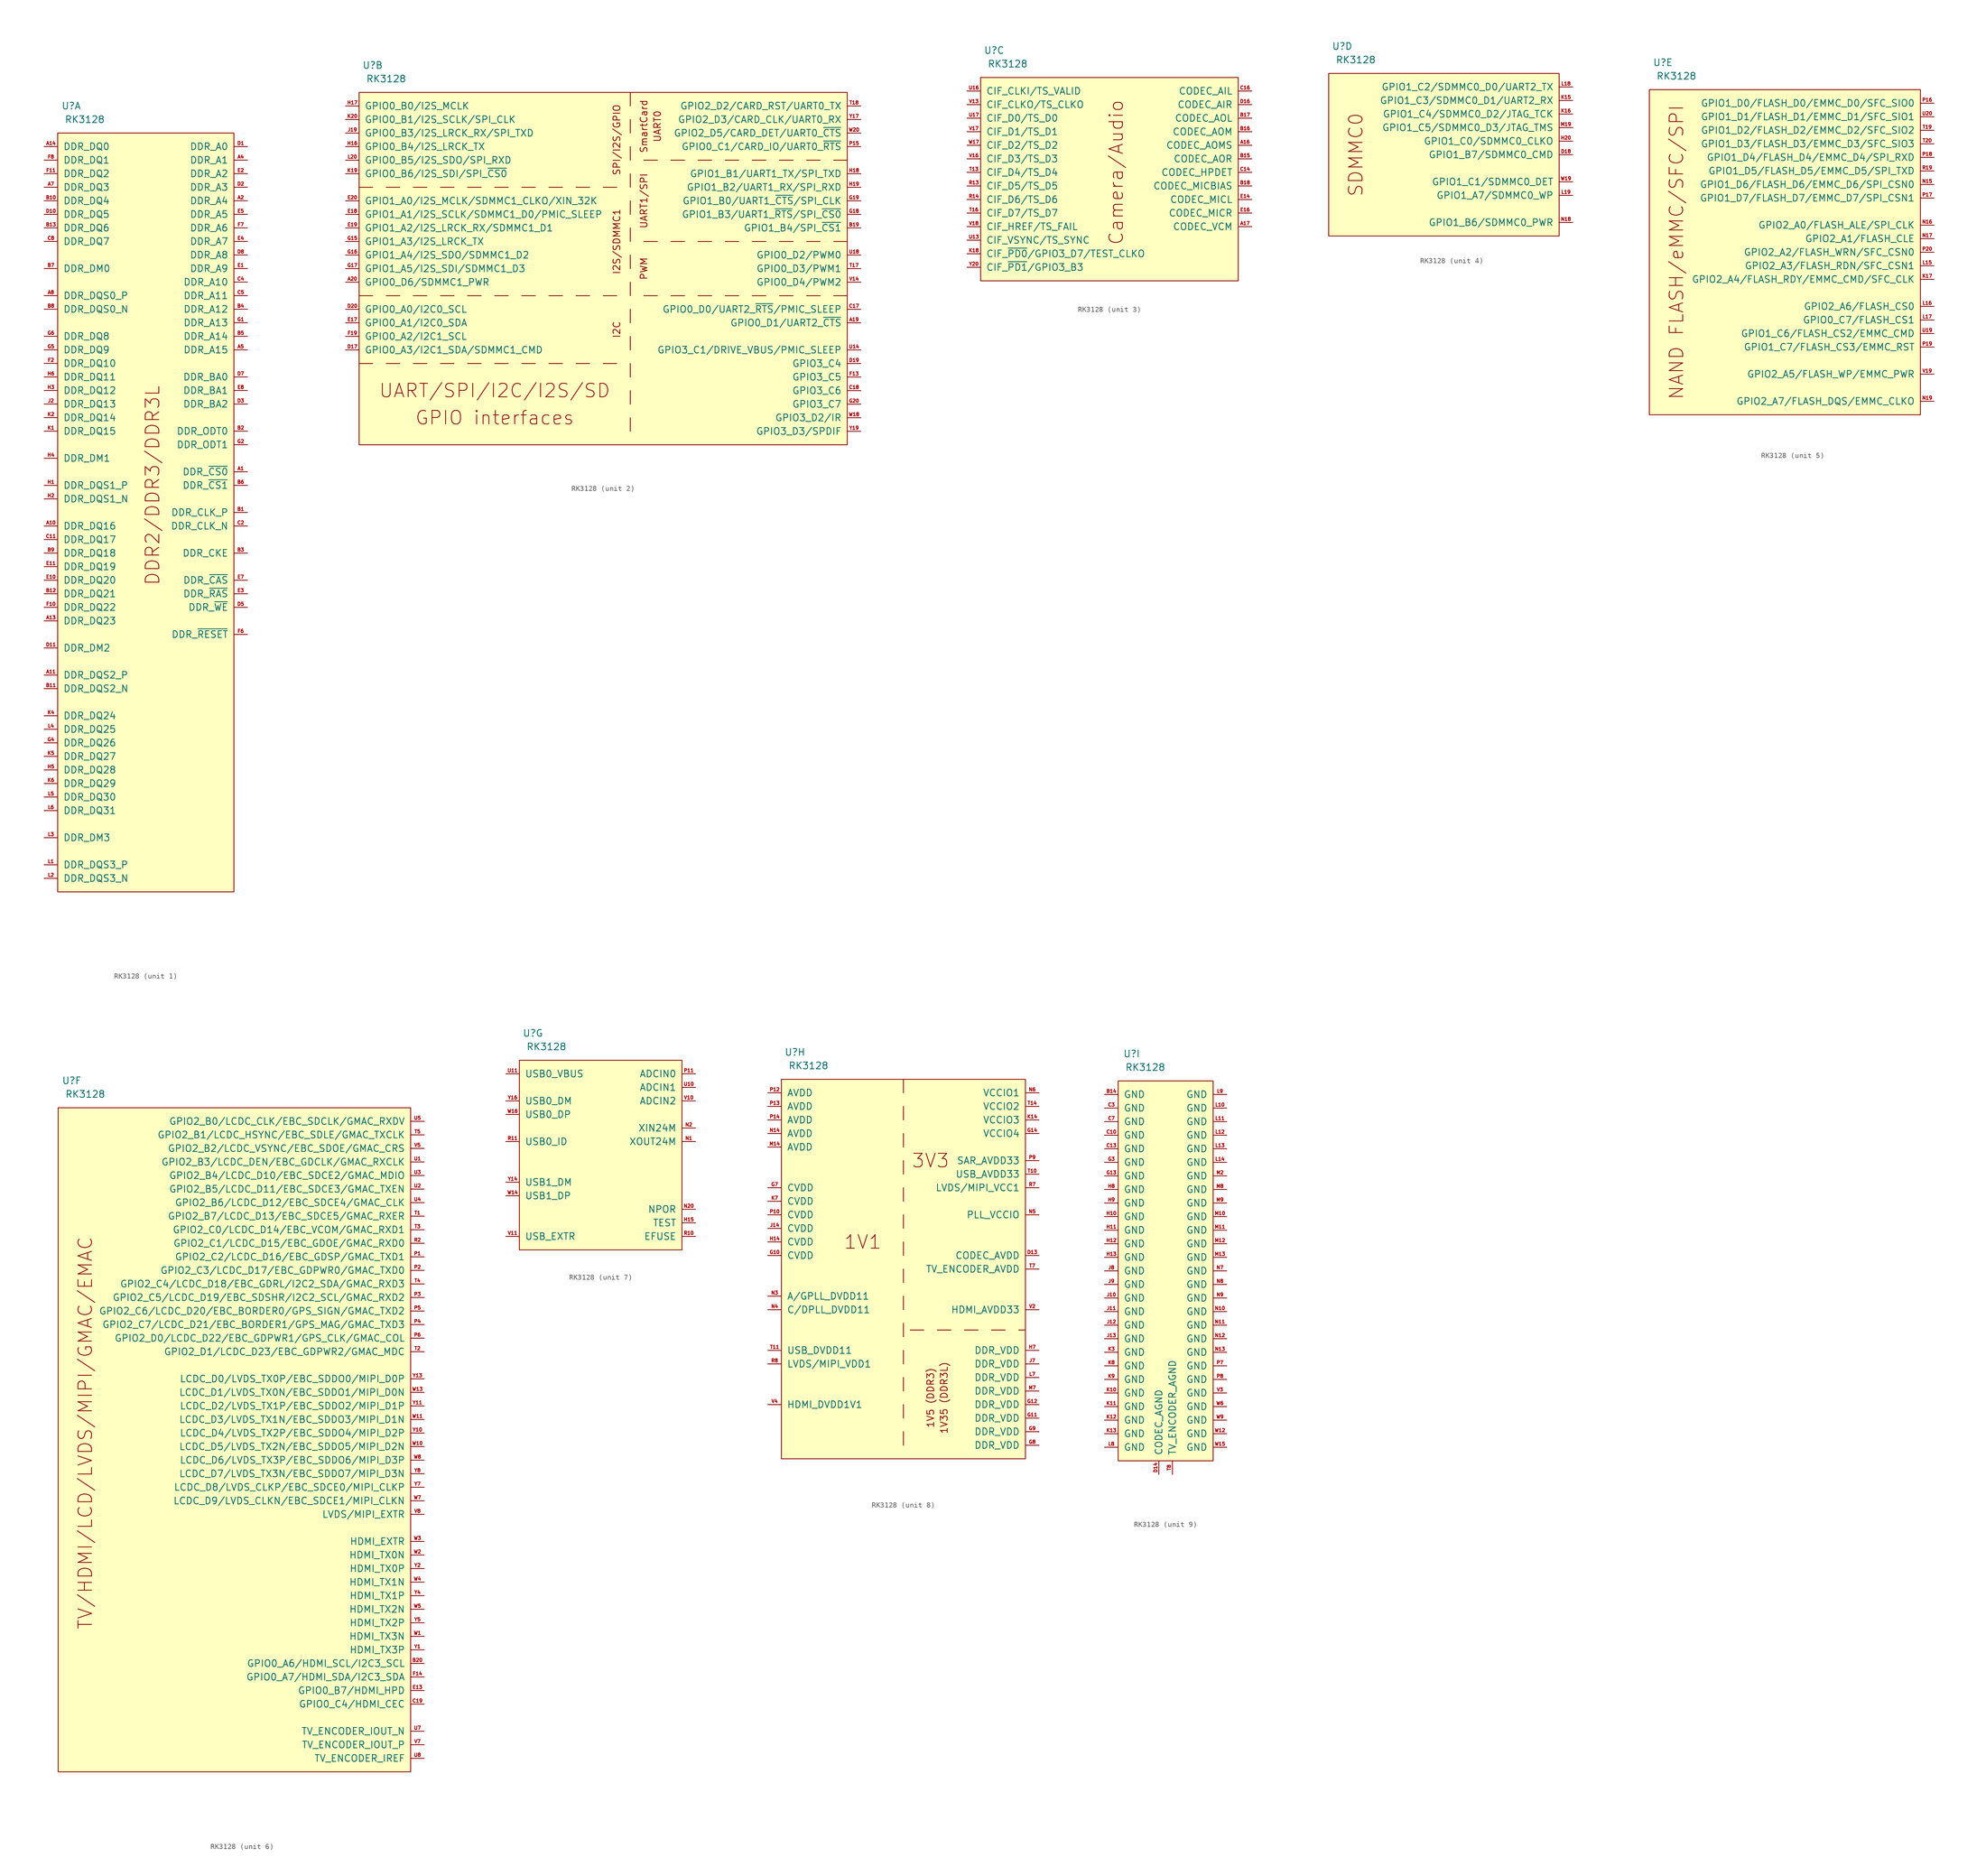
<source format=kicad_sym>
(kicad_symbol_lib
  (version 20211014)
  (generator kicad_symbol_editor)
  (symbol "RK3128"
    (pin_names
      (offset 1.016))
    (property "Reference" "U"
      (at 2.54 5.08 0)
      (effects (font (size 1.27 1.27))))
    (property "Value" "RK3128"
      (at 5.08 2.54 0)
      (effects (font (size 1.27 1.27))))
    (property "ki_locked" ""
      (at 0 0 0)
      (effects (font (size 1.27 1.27))))
    (symbol "RK3128_1_0"
      (text "DDR2/DDR3/DDR3L" (at 17.78 -66.04 900) (effects (font (size 2.54 2.54)))))
    (symbol "RK3128_1_1"
      (rectangle (start 0 0) (end 33.02 -142.24) (stroke (width 0) (type default) (color 0 0 0 0)) (fill (type background)))
      (pin output line (at 35.56 -63.5 180) (length 2.54) (name "DDR_~{CS0}" (effects (font (size 1.27 1.27)))) (number "A1" (effects (font (size 0.635 0.635)))))
      (pin bidirectional line (at -2.54 -73.66 0) (length 2.54) (name "DDR_DQ16" (effects (font (size 1.27 1.27)))) (number "A10" (effects (font (size 0.635 0.635)))))
      (pin bidirectional line (at -2.54 -101.6 0) (length 2.54) (name "DDR_DQS2_P" (effects (font (size 1.27 1.27)))) (number "A11" (effects (font (size 0.635 0.635)))))
      (pin bidirectional line (at -2.54 -91.44 0) (length 2.54) (name "DDR_DQ23" (effects (font (size 1.27 1.27)))) (number "A13" (effects (font (size 0.635 0.635)))))
      (pin bidirectional line (at -2.54 -2.54 0) (length 2.54) (name "DDR_DQ0" (effects (font (size 1.27 1.27)))) (number "A14" (effects (font (size 0.635 0.635)))))
      (pin output line (at 35.56 -12.7 180) (length 2.54) (name "DDR_A4" (effects (font (size 1.27 1.27)))) (number "A2" (effects (font (size 0.635 0.635)))))
      (pin output line (at 35.56 -5.08 180) (length 2.54) (name "DDR_A1" (effects (font (size 1.27 1.27)))) (number "A4" (effects (font (size 0.635 0.635)))))
      (pin output line (at 35.56 -40.64 180) (length 2.54) (name "DDR_A15" (effects (font (size 1.27 1.27)))) (number "A5" (effects (font (size 0.635 0.635)))))
      (pin bidirectional line (at -2.54 -10.16 0) (length 2.54) (name "DDR_DQ3" (effects (font (size 1.27 1.27)))) (number "A7" (effects (font (size 0.635 0.635)))))
      (pin bidirectional line (at -2.54 -30.48 0) (length 2.54) (name "DDR_DQS0_P" (effects (font (size 1.27 1.27)))) (number "A8" (effects (font (size 0.635 0.635)))))
      (pin output line (at 35.56 -71.12 180) (length 2.54) (name "DDR_CLK_P" (effects (font (size 1.27 1.27)))) (number "B1" (effects (font (size 0.635 0.635)))))
      (pin bidirectional line (at -2.54 -12.7 0) (length 2.54) (name "DDR_DQ4" (effects (font (size 1.27 1.27)))) (number "B10" (effects (font (size 0.635 0.635)))))
      (pin bidirectional line (at -2.54 -104.14 0) (length 2.54) (name "DDR_DQS2_N" (effects (font (size 1.27 1.27)))) (number "B11" (effects (font (size 0.635 0.635)))))
      (pin bidirectional line (at -2.54 -86.36 0) (length 2.54) (name "DDR_DQ21" (effects (font (size 1.27 1.27)))) (number "B12" (effects (font (size 0.635 0.635)))))
      (pin bidirectional line (at -2.54 -17.78 0) (length 2.54) (name "DDR_DQ6" (effects (font (size 1.27 1.27)))) (number "B13" (effects (font (size 0.635 0.635)))))
      (pin output line (at 35.56 -55.88 180) (length 2.54) (name "DDR_ODT0" (effects (font (size 1.27 1.27)))) (number "B2" (effects (font (size 0.635 0.635)))))
      (pin output line (at 35.56 -78.74 180) (length 2.54) (name "DDR_CKE" (effects (font (size 1.27 1.27)))) (number "B3" (effects (font (size 0.635 0.635)))))
      (pin output line (at 35.56 -33.02 180) (length 2.54) (name "DDR_A12" (effects (font (size 1.27 1.27)))) (number "B4" (effects (font (size 0.635 0.635)))))
      (pin output line (at 35.56 -38.1 180) (length 2.54) (name "DDR_A14" (effects (font (size 1.27 1.27)))) (number "B5" (effects (font (size 0.635 0.635)))))
      (pin output line (at 35.56 -66.04 180) (length 2.54) (name "DDR_~{CS1}" (effects (font (size 1.27 1.27)))) (number "B6" (effects (font (size 0.635 0.635)))))
      (pin output line (at -2.54 -25.4 0) (length 2.54) (name "DDR_DM0" (effects (font (size 1.27 1.27)))) (number "B7" (effects (font (size 0.635 0.635)))))
      (pin bidirectional line (at -2.54 -33.02 0) (length 2.54) (name "DDR_DQS0_N" (effects (font (size 1.27 1.27)))) (number "B8" (effects (font (size 0.635 0.635)))))
      (pin bidirectional line (at -2.54 -78.74 0) (length 2.54) (name "DDR_DQ18" (effects (font (size 1.27 1.27)))) (number "B9" (effects (font (size 0.635 0.635)))))
      (pin bidirectional line (at -2.54 -76.2 0) (length 2.54) (name "DDR_DQ17" (effects (font (size 1.27 1.27)))) (number "C11" (effects (font (size 0.635 0.635)))))
      (pin output line (at 35.56 -73.66 180) (length 2.54) (name "DDR_CLK_N" (effects (font (size 1.27 1.27)))) (number "C2" (effects (font (size 0.635 0.635)))))
      (pin output line (at 35.56 -27.94 180) (length 2.54) (name "DDR_A10" (effects (font (size 1.27 1.27)))) (number "C4" (effects (font (size 0.635 0.635)))))
      (pin output line (at 35.56 -30.48 180) (length 2.54) (name "DDR_A11" (effects (font (size 1.27 1.27)))) (number "C5" (effects (font (size 0.635 0.635)))))
      (pin bidirectional line (at -2.54 -20.32 0) (length 2.54) (name "DDR_DQ7" (effects (font (size 1.27 1.27)))) (number "C8" (effects (font (size 0.635 0.635)))))
      (pin output line (at 35.56 -2.54 180) (length 2.54) (name "DDR_A0" (effects (font (size 1.27 1.27)))) (number "D1" (effects (font (size 0.635 0.635)))))
      (pin bidirectional line (at -2.54 -15.24 0) (length 2.54) (name "DDR_DQ5" (effects (font (size 1.27 1.27)))) (number "D10" (effects (font (size 0.635 0.635)))))
      (pin output line (at -2.54 -96.52 0) (length 2.54) (name "DDR_DM2" (effects (font (size 1.27 1.27)))) (number "D11" (effects (font (size 0.635 0.635)))))
      (pin output line (at 35.56 -10.16 180) (length 2.54) (name "DDR_A3" (effects (font (size 1.27 1.27)))) (number "D2" (effects (font (size 0.635 0.635)))))
      (pin output line (at 35.56 -50.8 180) (length 2.54) (name "DDR_BA2" (effects (font (size 1.27 1.27)))) (number "D3" (effects (font (size 0.635 0.635)))))
      (pin output line (at 35.56 -88.9 180) (length 2.54) (name "DDR_~{WE}" (effects (font (size 1.27 1.27)))) (number "D5" (effects (font (size 0.635 0.635)))))
      (pin output line (at 35.56 -45.72 180) (length 2.54) (name "DDR_BA0" (effects (font (size 1.27 1.27)))) (number "D7" (effects (font (size 0.635 0.635)))))
      (pin output line (at 35.56 -22.86 180) (length 2.54) (name "DDR_A8" (effects (font (size 1.27 1.27)))) (number "D8" (effects (font (size 0.635 0.635)))))
      (pin output line (at 35.56 -25.4 180) (length 2.54) (name "DDR_A9" (effects (font (size 1.27 1.27)))) (number "E1" (effects (font (size 0.635 0.635)))))
      (pin bidirectional line (at -2.54 -83.82 0) (length 2.54) (name "DDR_DQ20" (effects (font (size 1.27 1.27)))) (number "E10" (effects (font (size 0.635 0.635)))))
      (pin bidirectional line (at -2.54 -81.28 0) (length 2.54) (name "DDR_DQ19" (effects (font (size 1.27 1.27)))) (number "E11" (effects (font (size 0.635 0.635)))))
      (pin output line (at 35.56 -7.62 180) (length 2.54) (name "DDR_A2" (effects (font (size 1.27 1.27)))) (number "E2" (effects (font (size 0.635 0.635)))))
      (pin output line (at 35.56 -86.36 180) (length 2.54) (name "DDR_~{RAS}" (effects (font (size 1.27 1.27)))) (number "E3" (effects (font (size 0.635 0.635)))))
      (pin output line (at 35.56 -20.32 180) (length 2.54) (name "DDR_A7" (effects (font (size 1.27 1.27)))) (number "E4" (effects (font (size 0.635 0.635)))))
      (pin output line (at 35.56 -15.24 180) (length 2.54) (name "DDR_A5" (effects (font (size 1.27 1.27)))) (number "E5" (effects (font (size 0.635 0.635)))))
      (pin output line (at 35.56 -83.82 180) (length 2.54) (name "DDR_~{CAS}" (effects (font (size 1.27 1.27)))) (number "E7" (effects (font (size 0.635 0.635)))))
      (pin output line (at 35.56 -48.26 180) (length 2.54) (name "DDR_BA1" (effects (font (size 1.27 1.27)))) (number "E8" (effects (font (size 0.635 0.635)))))
      (pin bidirectional line (at -2.54 -88.9 0) (length 2.54) (name "DDR_DQ22" (effects (font (size 1.27 1.27)))) (number "F10" (effects (font (size 0.635 0.635)))))
      (pin bidirectional line (at -2.54 -7.62 0) (length 2.54) (name "DDR_DQ2" (effects (font (size 1.27 1.27)))) (number "F11" (effects (font (size 0.635 0.635)))))
      (pin bidirectional line (at -2.54 -43.18 0) (length 2.54) (name "DDR_DQ10" (effects (font (size 1.27 1.27)))) (number "F2" (effects (font (size 0.635 0.635)))))
      (pin output line (at 35.56 -93.98 180) (length 2.54) (name "DDR_~{RESET}" (effects (font (size 1.27 1.27)))) (number "F6" (effects (font (size 0.635 0.635)))))
      (pin output line (at 35.56 -17.78 180) (length 2.54) (name "DDR_A6" (effects (font (size 1.27 1.27)))) (number "F7" (effects (font (size 0.635 0.635)))))
      (pin bidirectional line (at -2.54 -5.08 0) (length 2.54) (name "DDR_DQ1" (effects (font (size 1.27 1.27)))) (number "F8" (effects (font (size 0.635 0.635)))))
      (pin output line (at 35.56 -35.56 180) (length 2.54) (name "DDR_A13" (effects (font (size 1.27 1.27)))) (number "G1" (effects (font (size 0.635 0.635)))))
      (pin output line (at 35.56 -58.42 180) (length 2.54) (name "DDR_ODT1" (effects (font (size 1.27 1.27)))) (number "G2" (effects (font (size 0.635 0.635)))))
      (pin bidirectional line (at -2.54 -114.3 0) (length 2.54) (name "DDR_DQ26" (effects (font (size 1.27 1.27)))) (number "G4" (effects (font (size 0.635 0.635)))))
      (pin bidirectional line (at -2.54 -40.64 0) (length 2.54) (name "DDR_DQ9" (effects (font (size 1.27 1.27)))) (number "G5" (effects (font (size 0.635 0.635)))))
      (pin bidirectional line (at -2.54 -38.1 0) (length 2.54) (name "DDR_DQ8" (effects (font (size 1.27 1.27)))) (number "G6" (effects (font (size 0.635 0.635)))))
      (pin bidirectional line (at -2.54 -66.04 0) (length 2.54) (name "DDR_DQS1_P" (effects (font (size 1.27 1.27)))) (number "H1" (effects (font (size 0.635 0.635)))))
      (pin bidirectional line (at -2.54 -68.58 0) (length 2.54) (name "DDR_DQS1_N" (effects (font (size 1.27 1.27)))) (number "H2" (effects (font (size 0.635 0.635)))))
      (pin bidirectional line (at -2.54 -48.26 0) (length 2.54) (name "DDR_DQ12" (effects (font (size 1.27 1.27)))) (number "H3" (effects (font (size 0.635 0.635)))))
      (pin output line (at -2.54 -60.96 0) (length 2.54) (name "DDR_DM1" (effects (font (size 1.27 1.27)))) (number "H4" (effects (font (size 0.635 0.635)))))
      (pin bidirectional line (at -2.54 -119.38 0) (length 2.54) (name "DDR_DQ28" (effects (font (size 1.27 1.27)))) (number "H5" (effects (font (size 0.635 0.635)))))
      (pin bidirectional line (at -2.54 -45.72 0) (length 2.54) (name "DDR_DQ11" (effects (font (size 1.27 1.27)))) (number "H6" (effects (font (size 0.635 0.635)))))
      (pin bidirectional line (at -2.54 -50.8 0) (length 2.54) (name "DDR_DQ13" (effects (font (size 1.27 1.27)))) (number "J2" (effects (font (size 0.635 0.635)))))
      (pin bidirectional line (at -2.54 -55.88 0) (length 2.54) (name "DDR_DQ15" (effects (font (size 1.27 1.27)))) (number "K1" (effects (font (size 0.635 0.635)))))
      (pin bidirectional line (at -2.54 -53.34 0) (length 2.54) (name "DDR_DQ14" (effects (font (size 1.27 1.27)))) (number "K2" (effects (font (size 0.635 0.635)))))
      (pin bidirectional line (at -2.54 -109.22 0) (length 2.54) (name "DDR_DQ24" (effects (font (size 1.27 1.27)))) (number "K4" (effects (font (size 0.635 0.635)))))
      (pin bidirectional line (at -2.54 -116.84 0) (length 2.54) (name "DDR_DQ27" (effects (font (size 1.27 1.27)))) (number "K5" (effects (font (size 0.635 0.635)))))
      (pin bidirectional line (at -2.54 -121.92 0) (length 2.54) (name "DDR_DQ29" (effects (font (size 1.27 1.27)))) (number "K6" (effects (font (size 0.635 0.635)))))
      (pin bidirectional line (at -2.54 -137.16 0) (length 2.54) (name "DDR_DQS3_P" (effects (font (size 1.27 1.27)))) (number "L1" (effects (font (size 0.635 0.635)))))
      (pin bidirectional line (at -2.54 -139.7 0) (length 2.54) (name "DDR_DQS3_N" (effects (font (size 1.27 1.27)))) (number "L2" (effects (font (size 0.635 0.635)))))
      (pin output line (at -2.54 -132.08 0) (length 2.54) (name "DDR_DM3" (effects (font (size 1.27 1.27)))) (number "L3" (effects (font (size 0.635 0.635)))))
      (pin bidirectional line (at -2.54 -111.76 0) (length 2.54) (name "DDR_DQ25" (effects (font (size 1.27 1.27)))) (number "L4" (effects (font (size 0.635 0.635)))))
      (pin bidirectional line (at -2.54 -124.46 0) (length 2.54) (name "DDR_DQ30" (effects (font (size 1.27 1.27)))) (number "L5" (effects (font (size 0.635 0.635)))))
      (pin bidirectional line (at -2.54 -127 0) (length 2.54) (name "DDR_DQ31" (effects (font (size 1.27 1.27)))) (number "L6" (effects (font (size 0.635 0.635))))))
    (symbol "RK3128_2_0"
      (polyline (pts (xy 0 -50.8) (xy 2.54 -50.8)) (stroke (width 0) (type default) (color 0 0 0 0)) (fill (type none)))
      (polyline (pts (xy 0 -38.1) (xy 2.54 -38.1)) (stroke (width 0) (type default) (color 0 0 0 0)) (fill (type none)))
      (polyline (pts (xy 0 -17.78) (xy 2.54 -17.78)) (stroke (width 0) (type default) (color 0 0 0 0)) (fill (type none)))
      (polyline (pts (xy 5.08 -50.8) (xy 7.62 -50.8)) (stroke (width 0) (type default) (color 0 0 0 0)) (fill (type none)))
      (polyline (pts (xy 5.08 -38.1) (xy 7.62 -38.1)) (stroke (width 0) (type default) (color 0 0 0 0)) (fill (type none)))
      (polyline (pts (xy 5.08 -17.78) (xy 7.62 -17.78)) (stroke (width 0) (type default) (color 0 0 0 0)) (fill (type none)))
      (polyline (pts (xy 10.16 -50.8) (xy 12.7 -50.8)) (stroke (width 0) (type default) (color 0 0 0 0)) (fill (type none)))
      (polyline (pts (xy 10.16 -38.1) (xy 12.7 -38.1)) (stroke (width 0) (type default) (color 0 0 0 0)) (fill (type none)))
      (polyline (pts (xy 10.16 -17.78) (xy 12.7 -17.78)) (stroke (width 0) (type default) (color 0 0 0 0)) (fill (type none)))
      (polyline (pts (xy 15.24 -50.8) (xy 17.78 -50.8)) (stroke (width 0) (type default) (color 0 0 0 0)) (fill (type none)))
      (polyline (pts (xy 15.24 -38.1) (xy 17.78 -38.1)) (stroke (width 0) (type default) (color 0 0 0 0)) (fill (type none)))
      (polyline (pts (xy 15.24 -17.78) (xy 17.78 -17.78)) (stroke (width 0) (type default) (color 0 0 0 0)) (fill (type none)))
      (polyline (pts (xy 20.32 -50.8) (xy 22.86 -50.8)) (stroke (width 0) (type default) (color 0 0 0 0)) (fill (type none)))
      (polyline (pts (xy 20.32 -38.1) (xy 22.86 -38.1)) (stroke (width 0) (type default) (color 0 0 0 0)) (fill (type none)))
      (polyline (pts (xy 20.32 -17.78) (xy 22.86 -17.78)) (stroke (width 0) (type default) (color 0 0 0 0)) (fill (type none)))
      (polyline (pts (xy 25.4 -50.8) (xy 27.94 -50.8)) (stroke (width 0) (type default) (color 0 0 0 0)) (fill (type none)))
      (polyline (pts (xy 25.4 -38.1) (xy 27.94 -38.1)) (stroke (width 0) (type default) (color 0 0 0 0)) (fill (type none)))
      (polyline (pts (xy 25.4 -17.78) (xy 27.94 -17.78)) (stroke (width 0) (type default) (color 0 0 0 0)) (fill (type none)))
      (polyline (pts (xy 30.48 -50.8) (xy 33.02 -50.8)) (stroke (width 0) (type default) (color 0 0 0 0)) (fill (type none)))
      (polyline (pts (xy 30.48 -38.1) (xy 33.02 -38.1)) (stroke (width 0) (type default) (color 0 0 0 0)) (fill (type none)))
      (polyline (pts (xy 30.48 -17.78) (xy 33.02 -17.78)) (stroke (width 0) (type default) (color 0 0 0 0)) (fill (type none)))
      (polyline (pts (xy 35.56 -50.8) (xy 38.1 -50.8)) (stroke (width 0) (type default) (color 0 0 0 0)) (fill (type none)))
      (polyline (pts (xy 35.56 -38.1) (xy 38.1 -38.1)) (stroke (width 0) (type default) (color 0 0 0 0)) (fill (type none)))
      (polyline (pts (xy 35.56 -17.78) (xy 38.1 -17.78)) (stroke (width 0) (type default) (color 0 0 0 0)) (fill (type none)))
      (polyline (pts (xy 40.64 -50.8) (xy 43.18 -50.8)) (stroke (width 0) (type default) (color 0 0 0 0)) (fill (type none)))
      (polyline (pts (xy 40.64 -38.1) (xy 43.18 -38.1)) (stroke (width 0) (type default) (color 0 0 0 0)) (fill (type none)))
      (polyline (pts (xy 40.64 -17.78) (xy 43.18 -17.78)) (stroke (width 0) (type default) (color 0 0 0 0)) (fill (type none)))
      (polyline (pts (xy 45.72 -50.8) (xy 48.26 -50.8)) (stroke (width 0) (type default) (color 0 0 0 0)) (fill (type none)))
      (polyline (pts (xy 45.72 -38.1) (xy 48.26 -38.1)) (stroke (width 0) (type default) (color 0 0 0 0)) (fill (type none)))
      (polyline (pts (xy 45.72 -17.78) (xy 48.26 -17.78)) (stroke (width 0) (type default) (color 0 0 0 0)) (fill (type none)))
      (polyline (pts (xy 50.8 -60.96) (xy 50.8 -63.5)) (stroke (width 0) (type default) (color 0 0 0 0)) (fill (type none)))
      (polyline (pts (xy 50.8 -55.88) (xy 50.8 -58.42)) (stroke (width 0) (type default) (color 0 0 0 0)) (fill (type none)))
      (polyline (pts (xy 50.8 -50.8) (xy 50.8 -53.34)) (stroke (width 0) (type default) (color 0 0 0 0)) (fill (type none)))
      (polyline (pts (xy 50.8 -45.72) (xy 50.8 -48.26)) (stroke (width 0) (type default) (color 0 0 0 0)) (fill (type none)))
      (polyline (pts (xy 50.8 -40.64) (xy 50.8 -43.18)) (stroke (width 0) (type default) (color 0 0 0 0)) (fill (type none)))
      (polyline (pts (xy 50.8 -35.56) (xy 50.8 -38.1)) (stroke (width 0) (type default) (color 0 0 0 0)) (fill (type none)))
      (polyline (pts (xy 50.8 -30.48) (xy 50.8 -33.02)) (stroke (width 0) (type default) (color 0 0 0 0)) (fill (type none)))
      (polyline (pts (xy 50.8 -25.4) (xy 50.8 -27.94)) (stroke (width 0) (type default) (color 0 0 0 0)) (fill (type none)))
      (polyline (pts (xy 50.8 -20.32) (xy 50.8 -22.86)) (stroke (width 0) (type default) (color 0 0 0 0)) (fill (type none)))
      (polyline (pts (xy 50.8 -15.24) (xy 50.8 -17.78)) (stroke (width 0) (type default) (color 0 0 0 0)) (fill (type none)))
      (polyline (pts (xy 50.8 -10.16) (xy 50.8 -12.7)) (stroke (width 0) (type default) (color 0 0 0 0)) (fill (type none)))
      (polyline (pts (xy 50.8 -5.08) (xy 50.8 -7.62)) (stroke (width 0) (type default) (color 0 0 0 0)) (fill (type none)))
      (polyline (pts (xy 50.8 -2.54) (xy 50.8 0)) (stroke (width 0) (type default) (color 0 0 0 0)) (fill (type none)))
      (polyline (pts (xy 53.34 -12.7) (xy 55.88 -12.7)) (stroke (width 0) (type default) (color 0 0 0 0)) (fill (type none)))
      (polyline (pts (xy 55.88 -38.1) (xy 53.34 -38.1)) (stroke (width 0) (type default) (color 0 0 0 0)) (fill (type none)))
      (polyline (pts (xy 55.88 -27.94) (xy 53.34 -27.94)) (stroke (width 0) (type default) (color 0 0 0 0)) (fill (type none)))
      (polyline (pts (xy 58.42 -12.7) (xy 60.96 -12.7)) (stroke (width 0) (type default) (color 0 0 0 0)) (fill (type none)))
      (polyline (pts (xy 60.96 -38.1) (xy 58.42 -38.1)) (stroke (width 0) (type default) (color 0 0 0 0)) (fill (type none)))
      (polyline (pts (xy 60.96 -27.94) (xy 58.42 -27.94)) (stroke (width 0) (type default) (color 0 0 0 0)) (fill (type none)))
      (polyline (pts (xy 63.5 -12.7) (xy 66.04 -12.7)) (stroke (width 0) (type default) (color 0 0 0 0)) (fill (type none)))
      (polyline (pts (xy 66.04 -38.1) (xy 63.5 -38.1)) (stroke (width 0) (type default) (color 0 0 0 0)) (fill (type none)))
      (polyline (pts (xy 66.04 -27.94) (xy 63.5 -27.94)) (stroke (width 0) (type default) (color 0 0 0 0)) (fill (type none)))
      (polyline (pts (xy 68.58 -12.7) (xy 71.12 -12.7)) (stroke (width 0) (type default) (color 0 0 0 0)) (fill (type none)))
      (polyline (pts (xy 71.12 -38.1) (xy 68.58 -38.1)) (stroke (width 0) (type default) (color 0 0 0 0)) (fill (type none)))
      (polyline (pts (xy 71.12 -27.94) (xy 68.58 -27.94)) (stroke (width 0) (type default) (color 0 0 0 0)) (fill (type none)))
      (polyline (pts (xy 73.66 -12.7) (xy 76.2 -12.7)) (stroke (width 0) (type default) (color 0 0 0 0)) (fill (type none)))
      (polyline (pts (xy 76.2 -38.1) (xy 73.66 -38.1)) (stroke (width 0) (type default) (color 0 0 0 0)) (fill (type none)))
      (polyline (pts (xy 76.2 -27.94) (xy 73.66 -27.94)) (stroke (width 0) (type default) (color 0 0 0 0)) (fill (type none)))
      (polyline (pts (xy 78.74 -12.7) (xy 81.28 -12.7)) (stroke (width 0) (type default) (color 0 0 0 0)) (fill (type none)))
      (polyline (pts (xy 81.28 -38.1) (xy 78.74 -38.1)) (stroke (width 0) (type default) (color 0 0 0 0)) (fill (type none)))
      (polyline (pts (xy 81.28 -27.94) (xy 78.74 -27.94)) (stroke (width 0) (type default) (color 0 0 0 0)) (fill (type none)))
      (polyline (pts (xy 83.82 -12.7) (xy 86.36 -12.7)) (stroke (width 0) (type default) (color 0 0 0 0)) (fill (type none)))
      (polyline (pts (xy 86.36 -38.1) (xy 83.82 -38.1)) (stroke (width 0) (type default) (color 0 0 0 0)) (fill (type none)))
      (polyline (pts (xy 86.36 -27.94) (xy 83.82 -27.94)) (stroke (width 0) (type default) (color 0 0 0 0)) (fill (type none)))
      (polyline (pts (xy 88.9 -12.7) (xy 91.44 -12.7)) (stroke (width 0) (type default) (color 0 0 0 0)) (fill (type none)))
      (polyline (pts (xy 91.44 -38.1) (xy 88.9 -38.1)) (stroke (width 0) (type default) (color 0 0 0 0)) (fill (type none)))
      (polyline (pts (xy 91.44 -27.94) (xy 88.9 -27.94)) (stroke (width 0) (type default) (color 0 0 0 0)) (fill (type none)))
      (text "GPIO interfaces" (at 25.4 -60.96 0) (effects (font (size 2.54 2.54))))
      (text "I2C" (at 48.26 -44.45 900) (effects (font (size 1.27 1.27))))
      (text "I2S/SDMMC1" (at 48.26 -27.94 900) (effects (font (size 1.27 1.27))))
      (text "PWM" (at 53.34 -33.02 900) (effects (font (size 1.27 1.27))))
      (text "SmartCard" (at 53.34 -6.35 900) (effects (font (size 1.27 1.27))))
      (text "SPI/I2S/GPIO" (at 48.26 -8.89 900) (effects (font (size 1.27 1.27))))
      (text "UART/SPI/I2C/I2S/SD" (at 25.4 -55.88 0) (effects (font (size 2.54 2.54))))
      (text "UART0" (at 55.88 -6.35 900) (effects (font (size 1.27 1.27))))
      (text "UART1/SPI" (at 53.34 -20.32 900) (effects (font (size 1.27 1.27)))))
    (symbol "RK3128_2_1"
      (rectangle (start 0 0) (end 91.44 -66.04) (stroke (width 0) (type default) (color 0 0 0 0)) (fill (type background)))
      (pin bidirectional line (at 93.98 -43.18 180) (length 2.54) (name "GPIO0_D1/UART2_~{CTS}" (effects (font (size 1.27 1.27)))) (number "A19" (effects (font (size 0.635 0.635)))))
      (pin bidirectional line (at -2.54 -35.56 0) (length 2.54) (name "GPIO0_D6/SDMMC1_PWR" (effects (font (size 1.27 1.27)))) (number "A20" (effects (font (size 0.635 0.635)))))
      (pin bidirectional line (at 93.98 -25.4 180) (length 2.54) (name "GPIO1_B4/SPI_~{CS1}" (effects (font (size 1.27 1.27)))) (number "B19" (effects (font (size 0.635 0.635)))))
      (pin bidirectional line (at 93.98 -40.64 180) (length 2.54) (name "GPIO0_D0/UART2_~{RTS}/PMIC_SLEEP" (effects (font (size 1.27 1.27)))) (number "C17" (effects (font (size 0.635 0.635)))))
      (pin bidirectional line (at 93.98 -55.88 180) (length 2.54) (name "GPIO3_C6" (effects (font (size 1.27 1.27)))) (number "C18" (effects (font (size 0.635 0.635)))))
      (pin bidirectional line (at -2.54 -48.26 0) (length 2.54) (name "GPIO0_A3/I2C1_SDA/SDMMC1_CMD" (effects (font (size 1.27 1.27)))) (number "D17" (effects (font (size 0.635 0.635)))))
      (pin bidirectional line (at 93.98 -50.8 180) (length 2.54) (name "GPIO3_C4" (effects (font (size 1.27 1.27)))) (number "D19" (effects (font (size 0.635 0.635)))))
      (pin bidirectional line (at -2.54 -40.64 0) (length 2.54) (name "GPIO0_A0/I2C0_SCL" (effects (font (size 1.27 1.27)))) (number "D20" (effects (font (size 0.635 0.635)))))
      (pin bidirectional line (at -2.54 -43.18 0) (length 2.54) (name "GPIO0_A1/I2C0_SDA" (effects (font (size 1.27 1.27)))) (number "E17" (effects (font (size 0.635 0.635)))))
      (pin bidirectional line (at -2.54 -22.86 0) (length 2.54) (name "GPIO1_A1/I2S_SCLK/SDMMC1_D0/PMIC_SLEEP" (effects (font (size 1.27 1.27)))) (number "E18" (effects (font (size 0.635 0.635)))))
      (pin bidirectional line (at -2.54 -25.4 0) (length 2.54) (name "GPIO1_A2/I2S_LRCK_RX/SDMMC1_D1" (effects (font (size 1.27 1.27)))) (number "E19" (effects (font (size 0.635 0.635)))))
      (pin bidirectional line (at -2.54 -20.32 0) (length 2.54) (name "GPIO1_A0/I2S_MCLK/SDMMC1_CLKO/XIN_32K" (effects (font (size 1.27 1.27)))) (number "E20" (effects (font (size 0.635 0.635)))))
      (pin bidirectional line (at 93.98 -53.34 180) (length 2.54) (name "GPIO3_C5" (effects (font (size 1.27 1.27)))) (number "F13" (effects (font (size 0.635 0.635)))))
      (pin bidirectional line (at -2.54 -45.72 0) (length 2.54) (name "GPIO0_A2/I2C1_SCL" (effects (font (size 1.27 1.27)))) (number "F19" (effects (font (size 0.635 0.635)))))
      (pin bidirectional line (at -2.54 -27.94 0) (length 2.54) (name "GPIO1_A3/I2S_LRCK_TX" (effects (font (size 1.27 1.27)))) (number "G15" (effects (font (size 0.635 0.635)))))
      (pin bidirectional line (at -2.54 -30.48 0) (length 2.54) (name "GPIO1_A4/I2S_SDO/SDMMC1_D2" (effects (font (size 1.27 1.27)))) (number "G16" (effects (font (size 0.635 0.635)))))
      (pin bidirectional line (at -2.54 -33.02 0) (length 2.54) (name "GPIO1_A5/I2S_SDI/SDMMC1_D3" (effects (font (size 1.27 1.27)))) (number "G17" (effects (font (size 0.635 0.635)))))
      (pin bidirectional line (at 93.98 -22.86 180) (length 2.54) (name "GPIO1_B3/UART1_~{RTS}/SPI_~{CS0}" (effects (font (size 1.27 1.27)))) (number "G18" (effects (font (size 0.635 0.635)))))
      (pin bidirectional line (at 93.98 -20.32 180) (length 2.54) (name "GPIO1_B0/UART1_~{CTS}/SPI_CLK" (effects (font (size 1.27 1.27)))) (number "G19" (effects (font (size 0.635 0.635)))))
      (pin bidirectional line (at 93.98 -58.42 180) (length 2.54) (name "GPIO3_C7" (effects (font (size 1.27 1.27)))) (number "G20" (effects (font (size 0.635 0.635)))))
      (pin bidirectional line (at -2.54 -10.16 0) (length 2.54) (name "GPIO0_B4/I2S_LRCK_TX" (effects (font (size 1.27 1.27)))) (number "H16" (effects (font (size 0.635 0.635)))))
      (pin bidirectional line (at -2.54 -2.54 0) (length 2.54) (name "GPIO0_B0/I2S_MCLK" (effects (font (size 1.27 1.27)))) (number "H17" (effects (font (size 0.635 0.635)))))
      (pin bidirectional line (at 93.98 -15.24 180) (length 2.54) (name "GPIO1_B1/UART1_TX/SPI_TXD" (effects (font (size 1.27 1.27)))) (number "H18" (effects (font (size 0.635 0.635)))))
      (pin bidirectional line (at 93.98 -17.78 180) (length 2.54) (name "GPIO1_B2/UART1_RX/SPI_RXD" (effects (font (size 1.27 1.27)))) (number "H19" (effects (font (size 0.635 0.635)))))
      (pin bidirectional line (at -2.54 -7.62 0) (length 2.54) (name "GPIO0_B3/I2S_LRCK_RX/SPI_TXD" (effects (font (size 1.27 1.27)))) (number "J19" (effects (font (size 0.635 0.635)))))
      (pin bidirectional line (at -2.54 -15.24 0) (length 2.54) (name "GPIO0_B6/I2S_SDI/SPI_~{CS0}" (effects (font (size 1.27 1.27)))) (number "K19" (effects (font (size 0.635 0.635)))))
      (pin bidirectional line (at -2.54 -5.08 0) (length 2.54) (name "GPIO0_B1/I2S_SCLK/SPI_CLK" (effects (font (size 1.27 1.27)))) (number "K20" (effects (font (size 0.635 0.635)))))
      (pin bidirectional line (at -2.54 -12.7 0) (length 2.54) (name "GPIO0_B5/I2S_SDO/SPI_RXD" (effects (font (size 1.27 1.27)))) (number "L20" (effects (font (size 0.635 0.635)))))
      (pin bidirectional line (at 93.98 -10.16 180) (length 2.54) (name "GPIO0_C1/CARD_IO/UART0_~{RTS}" (effects (font (size 1.27 1.27)))) (number "P15" (effects (font (size 0.635 0.635)))))
      (pin bidirectional line (at 93.98 -33.02 180) (length 2.54) (name "GPIO0_D3/PWM1" (effects (font (size 1.27 1.27)))) (number "T17" (effects (font (size 0.635 0.635)))))
      (pin bidirectional line (at 93.98 -2.54 180) (length 2.54) (name "GPIO2_D2/CARD_RST/UART0_TX" (effects (font (size 1.27 1.27)))) (number "T18" (effects (font (size 0.635 0.635)))))
      (pin bidirectional line (at 93.98 -48.26 180) (length 2.54) (name "GPIO3_C1/DRIVE_VBUS/PMIC_SLEEP" (effects (font (size 1.27 1.27)))) (number "U14" (effects (font (size 0.635 0.635)))))
      (pin bidirectional line (at 93.98 -30.48 180) (length 2.54) (name "GPIO0_D2/PWM0" (effects (font (size 1.27 1.27)))) (number "U18" (effects (font (size 0.635 0.635)))))
      (pin bidirectional line (at 93.98 -35.56 180) (length 2.54) (name "GPIO0_D4/PWM2" (effects (font (size 1.27 1.27)))) (number "V14" (effects (font (size 0.635 0.635)))))
      (pin bidirectional line (at 93.98 -60.96 180) (length 2.54) (name "GPIO3_D2/IR" (effects (font (size 1.27 1.27)))) (number "W18" (effects (font (size 0.635 0.635)))))
      (pin bidirectional line (at 93.98 -7.62 180) (length 2.54) (name "GPIO2_D5/CARD_DET/UART0_~{CTS}" (effects (font (size 1.27 1.27)))) (number "W20" (effects (font (size 0.635 0.635)))))
      (pin bidirectional line (at 93.98 -5.08 180) (length 2.54) (name "GPIO2_D3/CARD_CLK/UART0_RX" (effects (font (size 1.27 1.27)))) (number "Y17" (effects (font (size 0.635 0.635)))))
      (pin bidirectional line (at 93.98 -63.5 180) (length 2.54) (name "GPIO3_D3/SPDIF" (effects (font (size 1.27 1.27)))) (number "Y19" (effects (font (size 0.635 0.635))))))
    (symbol "RK3128_3_0"
      (text "Camera/Audio" (at 25.4 -17.78 900) (effects (font (size 2.54 2.54)))))
    (symbol "RK3128_3_1"
      (rectangle (start 0 0) (end 48.26 -38.1) (stroke (width 0) (type default) (color 0 0 0 0)) (fill (type background)))
      (pin input line (at 50.8 -12.7 180) (length 2.54) (name "CODEC_AOMS" (effects (font (size 1.27 1.27)))) (number "A16" (effects (font (size 0.635 0.635)))))
      (pin input line (at 50.8 -27.94 180) (length 2.54) (name "CODEC_VCM" (effects (font (size 1.27 1.27)))) (number "A17" (effects (font (size 0.635 0.635)))))
      (pin output line (at 50.8 -15.24 180) (length 2.54) (name "CODEC_AOR" (effects (font (size 1.27 1.27)))) (number "B15" (effects (font (size 0.635 0.635)))))
      (pin output line (at 50.8 -10.16 180) (length 2.54) (name "CODEC_AOM" (effects (font (size 1.27 1.27)))) (number "B16" (effects (font (size 0.635 0.635)))))
      (pin output line (at 50.8 -7.62 180) (length 2.54) (name "CODEC_AOL" (effects (font (size 1.27 1.27)))) (number "B17" (effects (font (size 0.635 0.635)))))
      (pin output line (at 50.8 -20.32 180) (length 2.54) (name "CODEC_MICBIAS" (effects (font (size 1.27 1.27)))) (number "B18" (effects (font (size 0.635 0.635)))))
      (pin input line (at 50.8 -17.78 180) (length 2.54) (name "CODEC_HPDET" (effects (font (size 1.27 1.27)))) (number "C14" (effects (font (size 0.635 0.635)))))
      (pin input line (at 50.8 -2.54 180) (length 2.54) (name "CODEC_AIL" (effects (font (size 1.27 1.27)))) (number "C16" (effects (font (size 0.635 0.635)))))
      (pin input line (at 50.8 -5.08 180) (length 2.54) (name "CODEC_AIR" (effects (font (size 1.27 1.27)))) (number "D16" (effects (font (size 0.635 0.635)))))
      (pin input line (at 50.8 -22.86 180) (length 2.54) (name "CODEC_MICL" (effects (font (size 1.27 1.27)))) (number "E14" (effects (font (size 0.635 0.635)))))
      (pin input line (at 50.8 -25.4 180) (length 2.54) (name "CODEC_MICR" (effects (font (size 1.27 1.27)))) (number "E16" (effects (font (size 0.635 0.635)))))
      (pin bidirectional line (at -2.54 -33.02 0) (length 2.54) (name "CIF_~{PD0}/GPIO3_D7/TEST_CLKO" (effects (font (size 1.27 1.27)))) (number "K18" (effects (font (size 0.635 0.635)))))
      (pin input line (at -2.54 -20.32 0) (length 2.54) (name "CIF_D5/TS_D5" (effects (font (size 1.27 1.27)))) (number "R13" (effects (font (size 0.635 0.635)))))
      (pin input line (at -2.54 -22.86 0) (length 2.54) (name "CIF_D6/TS_D6" (effects (font (size 1.27 1.27)))) (number "R14" (effects (font (size 0.635 0.635)))))
      (pin input line (at -2.54 -17.78 0) (length 2.54) (name "CIF_D4/TS_D4" (effects (font (size 1.27 1.27)))) (number "T13" (effects (font (size 0.635 0.635)))))
      (pin input line (at -2.54 -25.4 0) (length 2.54) (name "CIF_D7/TS_D7" (effects (font (size 1.27 1.27)))) (number "T16" (effects (font (size 0.635 0.635)))))
      (pin input line (at -2.54 -30.48 0) (length 2.54) (name "CIF_VSYNC/TS_SYNC" (effects (font (size 1.27 1.27)))) (number "U13" (effects (font (size 0.635 0.635)))))
      (pin input line (at -2.54 -2.54 0) (length 2.54) (name "CIF_CLKI/TS_VALID" (effects (font (size 1.27 1.27)))) (number "U16" (effects (font (size 0.635 0.635)))))
      (pin input line (at -2.54 -7.62 0) (length 2.54) (name "CIF_D0/TS_D0" (effects (font (size 1.27 1.27)))) (number "U17" (effects (font (size 0.635 0.635)))))
      (pin output line (at -2.54 -5.08 0) (length 2.54) (name "CIF_CLKO/TS_CLKO" (effects (font (size 1.27 1.27)))) (number "V13" (effects (font (size 0.635 0.635)))))
      (pin input line (at -2.54 -15.24 0) (length 2.54) (name "CIF_D3/TS_D3" (effects (font (size 1.27 1.27)))) (number "V16" (effects (font (size 0.635 0.635)))))
      (pin input line (at -2.54 -10.16 0) (length 2.54) (name "CIF_D1/TS_D1" (effects (font (size 1.27 1.27)))) (number "V17" (effects (font (size 0.635 0.635)))))
      (pin input line (at -2.54 -27.94 0) (length 2.54) (name "CIF_HREF/TS_FAIL" (effects (font (size 1.27 1.27)))) (number "V18" (effects (font (size 0.635 0.635)))))
      (pin input line (at -2.54 -12.7 0) (length 2.54) (name "CIF_D2/TS_D2" (effects (font (size 1.27 1.27)))) (number "W17" (effects (font (size 0.635 0.635)))))
      (pin bidirectional line (at -2.54 -35.56 0) (length 2.54) (name "CIF_~{PD1}/GPIO3_B3" (effects (font (size 1.27 1.27)))) (number "Y20" (effects (font (size 0.635 0.635))))))
    (symbol "RK3128_4_0"
      (text "SDMMC0" (at 5.08 -15.24 900) (effects (font (size 2.54 2.54)))))
    (symbol "RK3128_4_1"
      (rectangle (start 43.18 0) (end 0 -30.48) (stroke (width 0) (type default) (color 0 0 0 0)) (fill (type background)))
      (pin bidirectional line (at 45.72 -15.24 180) (length 2.54) (name "GPIO1_B7/SDMMC0_CMD" (effects (font (size 1.27 1.27)))) (number "D18" (effects (font (size 0.635 0.635)))))
      (pin bidirectional line (at 45.72 -12.7 180) (length 2.54) (name "GPIO1_C0/SDMMC0_CLKO" (effects (font (size 1.27 1.27)))) (number "H20" (effects (font (size 0.635 0.635)))))
      (pin bidirectional line (at 45.72 -5.08 180) (length 2.54) (name "GPIO1_C3/SDMMC0_D1/UART2_RX" (effects (font (size 1.27 1.27)))) (number "K15" (effects (font (size 0.635 0.635)))))
      (pin bidirectional line (at 45.72 -7.62 180) (length 2.54) (name "GPIO1_C4/SDMMC0_D2/JTAG_TCK" (effects (font (size 1.27 1.27)))) (number "K16" (effects (font (size 0.635 0.635)))))
      (pin bidirectional line (at 45.72 -2.54 180) (length 2.54) (name "GPIO1_C2/SDMMC0_D0/UART2_TX" (effects (font (size 1.27 1.27)))) (number "L18" (effects (font (size 0.635 0.635)))))
      (pin bidirectional line (at 45.72 -22.86 180) (length 2.54) (name "GPIO1_A7/SDMMC0_WP" (effects (font (size 1.27 1.27)))) (number "L19" (effects (font (size 0.635 0.635)))))
      (pin bidirectional line (at 45.72 -10.16 180) (length 2.54) (name "GPIO1_C5/SDMMC0_D3/JTAG_TMS" (effects (font (size 1.27 1.27)))) (number "M19" (effects (font (size 0.635 0.635)))))
      (pin bidirectional line (at 45.72 -27.94 180) (length 2.54) (name "GPIO1_B6/SDMMC0_PWR" (effects (font (size 1.27 1.27)))) (number "N18" (effects (font (size 0.635 0.635)))))
      (pin bidirectional line (at 45.72 -20.32 180) (length 2.54) (name "GPIO1_C1/SDMMC0_DET" (effects (font (size 1.27 1.27)))) (number "W19" (effects (font (size 0.635 0.635))))))
    (symbol "RK3128_5_0"
      (text "NAND FLASH/eMMC/SFC/SPI" (at 5.08 -30.48 900) (effects (font (size 2.54 2.54)))))
    (symbol "RK3128_5_1"
      (rectangle (start 50.8 -60.96) (end 0 0) (stroke (width 0) (type default) (color 0 0 0 0)) (fill (type background)))
      (pin bidirectional line (at 53.34 -35.56 180) (length 2.54) (name "GPIO2_A4/FLASH_RDY/EMMC_CMD/SFC_CLK" (effects (font (size 1.27 1.27)))) (number "K17" (effects (font (size 0.635 0.635)))))
      (pin bidirectional line (at 53.34 -33.02 180) (length 2.54) (name "GPIO2_A3/FLASH_RDN/SFC_CSN1" (effects (font (size 1.27 1.27)))) (number "L15" (effects (font (size 0.635 0.635)))))
      (pin bidirectional line (at 53.34 -40.64 180) (length 2.54) (name "GPIO2_A6/FLASH_CS0" (effects (font (size 1.27 1.27)))) (number "L16" (effects (font (size 0.635 0.635)))))
      (pin bidirectional line (at 53.34 -43.18 180) (length 2.54) (name "GPIO0_C7/FLASH_CS1" (effects (font (size 1.27 1.27)))) (number "L17" (effects (font (size 0.635 0.635)))))
      (pin bidirectional line (at 53.34 -17.78 180) (length 2.54) (name "GPIO1_D6/FLASH_D6/EMMC_D6/SPI_CSN0" (effects (font (size 1.27 1.27)))) (number "N15" (effects (font (size 0.635 0.635)))))
      (pin bidirectional line (at 53.34 -25.4 180) (length 2.54) (name "GPIO2_A0/FLASH_ALE/SPI_CLK" (effects (font (size 1.27 1.27)))) (number "N16" (effects (font (size 0.635 0.635)))))
      (pin bidirectional line (at 53.34 -27.94 180) (length 2.54) (name "GPIO2_A1/FLASH_CLE" (effects (font (size 1.27 1.27)))) (number "N17" (effects (font (size 0.635 0.635)))))
      (pin bidirectional line (at 53.34 -58.42 180) (length 2.54) (name "GPIO2_A7/FLASH_DQS/EMMC_CLKO" (effects (font (size 1.27 1.27)))) (number "N19" (effects (font (size 0.635 0.635)))))
      (pin bidirectional line (at 53.34 -2.54 180) (length 2.54) (name "GPIO1_D0/FLASH_D0/EMMC_D0/SFC_SIO0" (effects (font (size 1.27 1.27)))) (number "P16" (effects (font (size 0.635 0.635)))))
      (pin bidirectional line (at 53.34 -20.32 180) (length 2.54) (name "GPIO1_D7/FLASH_D7/EMMC_D7/SPI_CSN1" (effects (font (size 1.27 1.27)))) (number "P17" (effects (font (size 0.635 0.635)))))
      (pin bidirectional line (at 53.34 -12.7 180) (length 2.54) (name "GPIO1_D4/FLASH_D4/EMMC_D4/SPI_RXD" (effects (font (size 1.27 1.27)))) (number "P18" (effects (font (size 0.635 0.635)))))
      (pin bidirectional line (at 53.34 -48.26 180) (length 2.54) (name "GPIO1_C7/FLASH_CS3/EMMC_RST" (effects (font (size 1.27 1.27)))) (number "P19" (effects (font (size 0.635 0.635)))))
      (pin bidirectional line (at 53.34 -30.48 180) (length 2.54) (name "GPIO2_A2/FLASH_WRN/SFC_CSN0" (effects (font (size 1.27 1.27)))) (number "P20" (effects (font (size 0.635 0.635)))))
      (pin bidirectional line (at 53.34 -15.24 180) (length 2.54) (name "GPIO1_D5/FLASH_D5/EMMC_D5/SPI_TXD" (effects (font (size 1.27 1.27)))) (number "R19" (effects (font (size 0.635 0.635)))))
      (pin bidirectional line (at 53.34 -7.62 180) (length 2.54) (name "GPIO1_D2/FLASH_D2/EMMC_D2/SFC_SIO2" (effects (font (size 1.27 1.27)))) (number "T19" (effects (font (size 0.635 0.635)))))
      (pin bidirectional line (at 53.34 -10.16 180) (length 2.54) (name "GPIO1_D3/FLASH_D3/EMMC_D3/SFC_SIO3" (effects (font (size 1.27 1.27)))) (number "T20" (effects (font (size 0.635 0.635)))))
      (pin bidirectional line (at 53.34 -45.72 180) (length 2.54) (name "GPIO1_C6/FLASH_CS2/EMMC_CMD" (effects (font (size 1.27 1.27)))) (number "U19" (effects (font (size 0.635 0.635)))))
      (pin bidirectional line (at 53.34 -5.08 180) (length 2.54) (name "GPIO1_D1/FLASH_D1/EMMC_D1/SFC_SIO1" (effects (font (size 1.27 1.27)))) (number "U20" (effects (font (size 0.635 0.635)))))
      (pin bidirectional line (at 53.34 -53.34 180) (length 2.54) (name "GPIO2_A5/FLASH_WP/EMMC_PWR" (effects (font (size 1.27 1.27)))) (number "V19" (effects (font (size 0.635 0.635))))))
    (symbol "RK3128_6_0"
      (text "TV/HDMI/LCD/LVDS/MIPI/GMAC/EMAC" (at 5.08 -60.96 900) (effects (font (size 2.54 2.54)))))
    (symbol "RK3128_6_1"
      (rectangle (start 66.04 0) (end 0 -124.46) (stroke (width 0) (type default) (color 0 0 0 0)) (fill (type background)))
      (pin bidirectional line (at 68.58 -104.14 180) (length 2.54) (name "GPIO0_A6/HDMI_SCL/I2C3_SCL" (effects (font (size 1.27 1.27)))) (number "B20" (effects (font (size 0.635 0.635)))))
      (pin bidirectional line (at 68.58 -111.76 180) (length 2.54) (name "GPIO0_C4/HDMI_CEC" (effects (font (size 1.27 1.27)))) (number "C19" (effects (font (size 0.635 0.635)))))
      (pin bidirectional line (at 68.58 -109.22 180) (length 2.54) (name "GPIO0_B7/HDMI_HPD" (effects (font (size 1.27 1.27)))) (number "E13" (effects (font (size 0.635 0.635)))))
      (pin bidirectional line (at 68.58 -106.68 180) (length 2.54) (name "GPIO0_A7/HDMI_SDA/I2C3_SDA" (effects (font (size 1.27 1.27)))) (number "F14" (effects (font (size 0.635 0.635)))))
      (pin bidirectional line (at 68.58 -27.94 180) (length 2.54) (name "GPIO2_C2/LCDC_D16/EBC_GDSP/GMAC_TXD1" (effects (font (size 1.27 1.27)))) (number "P1" (effects (font (size 0.635 0.635)))))
      (pin bidirectional line (at 68.58 -30.48 180) (length 2.54) (name "GPIO2_C3/LCDC_D17/EBC_GDPWR0/GMAC_TXD0" (effects (font (size 1.27 1.27)))) (number "P2" (effects (font (size 0.635 0.635)))))
      (pin bidirectional line (at 68.58 -35.56 180) (length 2.54) (name "GPIO2_C5/LCDC_D19/EBC_SDSHR/I2C2_SCL/GMAC_RXD2" (effects (font (size 1.27 1.27)))) (number "P3" (effects (font (size 0.635 0.635)))))
      (pin bidirectional line (at 68.58 -40.64 180) (length 2.54) (name "GPIO2_C7/LCDC_D21/EBC_BORDER1/GPS_MAG/GMAC_TXD3" (effects (font (size 1.27 1.27)))) (number "P4" (effects (font (size 0.635 0.635)))))
      (pin bidirectional line (at 68.58 -38.1 180) (length 2.54) (name "GPIO2_C6/LCDC_D20/EBC_BORDER0/GPS_SIGN/GMAC_TXD2" (effects (font (size 1.27 1.27)))) (number "P5" (effects (font (size 0.635 0.635)))))
      (pin bidirectional line (at 68.58 -43.18 180) (length 2.54) (name "GPIO2_D0/LCDC_D22/EBC_GDPWR1/GPS_CLK/GMAC_COL" (effects (font (size 1.27 1.27)))) (number "P6" (effects (font (size 0.635 0.635)))))
      (pin bidirectional line (at 68.58 -25.4 180) (length 2.54) (name "GPIO2_C1/LCDC_D15/EBC_GDOE/GMAC_RXD0" (effects (font (size 1.27 1.27)))) (number "R2" (effects (font (size 0.635 0.635)))))
      (pin bidirectional line (at 68.58 -20.32 180) (length 2.54) (name "GPIO2_B7/LCDC_D13/EBC_SDCE5/GMAC_RXER" (effects (font (size 1.27 1.27)))) (number "T1" (effects (font (size 0.635 0.635)))))
      (pin bidirectional line (at 68.58 -45.72 180) (length 2.54) (name "GPIO2_D1/LCDC_D23/EBC_GDPWR2/GMAC_MDC" (effects (font (size 1.27 1.27)))) (number "T2" (effects (font (size 0.635 0.635)))))
      (pin bidirectional line (at 68.58 -22.86 180) (length 2.54) (name "GPIO2_C0/LCDC_D14/EBC_VCOM/GMAC_RXD1" (effects (font (size 1.27 1.27)))) (number "T3" (effects (font (size 0.635 0.635)))))
      (pin bidirectional line (at 68.58 -33.02 180) (length 2.54) (name "GPIO2_C4/LCDC_D18/EBC_GDRL/I2C2_SDA/GMAC_RXD3" (effects (font (size 1.27 1.27)))) (number "T4" (effects (font (size 0.635 0.635)))))
      (pin bidirectional line (at 68.58 -5.08 180) (length 2.54) (name "GPIO2_B1/LCDC_HSYNC/EBC_SDLE/GMAC_TXCLK" (effects (font (size 1.27 1.27)))) (number "T5" (effects (font (size 0.635 0.635)))))
      (pin bidirectional line (at 68.58 -10.16 180) (length 2.54) (name "GPIO2_B3/LCDC_DEN/EBC_GDCLK/GMAC_RXCLK" (effects (font (size 1.27 1.27)))) (number "U1" (effects (font (size 0.635 0.635)))))
      (pin bidirectional line (at 68.58 -15.24 180) (length 2.54) (name "GPIO2_B5/LCDC_D11/EBC_SDCE3/GMAC_TXEN" (effects (font (size 1.27 1.27)))) (number "U2" (effects (font (size 0.635 0.635)))))
      (pin bidirectional line (at 68.58 -12.7 180) (length 2.54) (name "GPIO2_B4/LCDC_D10/EBC_SDCE2/GMAC_MDIO" (effects (font (size 1.27 1.27)))) (number "U3" (effects (font (size 0.635 0.635)))))
      (pin bidirectional line (at 68.58 -17.78 180) (length 2.54) (name "GPIO2_B6/LCDC_D12/EBC_SDCE4/GMAC_CLK" (effects (font (size 1.27 1.27)))) (number "U4" (effects (font (size 0.635 0.635)))))
      (pin bidirectional line (at 68.58 -2.54 180) (length 2.54) (name "GPIO2_B0/LCDC_CLK/EBC_SDCLK/GMAC_RXDV" (effects (font (size 1.27 1.27)))) (number "U5" (effects (font (size 0.635 0.635)))))
      (pin output line (at 68.58 -116.84 180) (length 2.54) (name "TV_ENCODER_IOUT_N" (effects (font (size 1.27 1.27)))) (number "U7" (effects (font (size 0.635 0.635)))))
      (pin output line (at 68.58 -121.92 180) (length 2.54) (name "TV_ENCODER_IREF" (effects (font (size 1.27 1.27)))) (number "U8" (effects (font (size 0.635 0.635)))))
      (pin bidirectional line (at 68.58 -7.62 180) (length 2.54) (name "GPIO2_B2/LCDC_VSYNC/EBC_SDOE/GMAC_CRS" (effects (font (size 1.27 1.27)))) (number "V5" (effects (font (size 0.635 0.635)))))
      (pin output line (at 68.58 -119.38 180) (length 2.54) (name "TV_ENCODER_IOUT_P" (effects (font (size 1.27 1.27)))) (number "V7" (effects (font (size 0.635 0.635)))))
      (pin output line (at 68.58 -76.2 180) (length 2.54) (name "LVDS/MIPI_EXTR" (effects (font (size 1.27 1.27)))) (number "V8" (effects (font (size 0.635 0.635)))))
      (pin output line (at 68.58 -99.06 180) (length 2.54) (name "HDMI_TX3N" (effects (font (size 1.27 1.27)))) (number "W1" (effects (font (size 0.635 0.635)))))
      (pin output line (at 68.58 -63.5 180) (length 2.54) (name "LCDC_D5/LVDS_TX2N/EBC_SDDO5/MIPI_D2N" (effects (font (size 1.27 1.27)))) (number "W10" (effects (font (size 0.635 0.635)))))
      (pin output line (at 68.58 -58.42 180) (length 2.54) (name "LCDC_D3/LVDS_TX1N/EBC_SDDO3/MIPI_D1N" (effects (font (size 1.27 1.27)))) (number "W11" (effects (font (size 0.635 0.635)))))
      (pin output line (at 68.58 -53.34 180) (length 2.54) (name "LCDC_D1/LVDS_TX0N/EBC_SDDO1/MIPI_D0N" (effects (font (size 1.27 1.27)))) (number "W13" (effects (font (size 0.635 0.635)))))
      (pin output line (at 68.58 -83.82 180) (length 2.54) (name "HDMI_TX0N" (effects (font (size 1.27 1.27)))) (number "W2" (effects (font (size 0.635 0.635)))))
      (pin output line (at 68.58 -81.28 180) (length 2.54) (name "HDMI_EXTR" (effects (font (size 1.27 1.27)))) (number "W3" (effects (font (size 0.635 0.635)))))
      (pin output line (at 68.58 -88.9 180) (length 2.54) (name "HDMI_TX1N" (effects (font (size 1.27 1.27)))) (number "W4" (effects (font (size 0.635 0.635)))))
      (pin output line (at 68.58 -93.98 180) (length 2.54) (name "HDMI_TX2N" (effects (font (size 1.27 1.27)))) (number "W5" (effects (font (size 0.635 0.635)))))
      (pin output line (at 68.58 -73.66 180) (length 2.54) (name "LCDC_D9/LVDS_CLKN/EBC_SDCE1/MIPI_CLKN" (effects (font (size 1.27 1.27)))) (number "W7" (effects (font (size 0.635 0.635)))))
      (pin output line (at 68.58 -66.04 180) (length 2.54) (name "LCDC_D6/LVDS_TX3P/EBC_SDDO6/MIPI_D3P" (effects (font (size 1.27 1.27)))) (number "W8" (effects (font (size 0.635 0.635)))))
      (pin output line (at 68.58 -101.6 180) (length 2.54) (name "HDMI_TX3P" (effects (font (size 1.27 1.27)))) (number "Y1" (effects (font (size 0.635 0.635)))))
      (pin output line (at 68.58 -60.96 180) (length 2.54) (name "LCDC_D4/LVDS_TX2P/EBC_SDDO4/MIPI_D2P" (effects (font (size 1.27 1.27)))) (number "Y10" (effects (font (size 0.635 0.635)))))
      (pin output line (at 68.58 -55.88 180) (length 2.54) (name "LCDC_D2/LVDS_TX1P/EBC_SDDO2/MIPI_D1P" (effects (font (size 1.27 1.27)))) (number "Y11" (effects (font (size 0.635 0.635)))))
      (pin output line (at 68.58 -50.8 180) (length 2.54) (name "LCDC_D0/LVDS_TX0P/EBC_SDDO0/MIPI_D0P" (effects (font (size 1.27 1.27)))) (number "Y13" (effects (font (size 0.635 0.635)))))
      (pin output line (at 68.58 -86.36 180) (length 2.54) (name "HDMI_TX0P" (effects (font (size 1.27 1.27)))) (number "Y2" (effects (font (size 0.635 0.635)))))
      (pin output line (at 68.58 -91.44 180) (length 2.54) (name "HDMI_TX1P" (effects (font (size 1.27 1.27)))) (number "Y4" (effects (font (size 0.635 0.635)))))
      (pin output line (at 68.58 -96.52 180) (length 2.54) (name "HDMI_TX2P" (effects (font (size 1.27 1.27)))) (number "Y5" (effects (font (size 0.635 0.635)))))
      (pin output line (at 68.58 -71.12 180) (length 2.54) (name "LCDC_D8/LVDS_CLKP/EBC_SDCE0/MIPI_CLKP" (effects (font (size 1.27 1.27)))) (number "Y7" (effects (font (size 0.635 0.635)))))
      (pin output line (at 68.58 -68.58 180) (length 2.54) (name "LCDC_D7/LVDS_TX3N/EBC_SDDO7/MIPI_D3N" (effects (font (size 1.27 1.27)))) (number "Y8" (effects (font (size 0.635 0.635))))))
    (symbol "RK3128_7_1"
      (rectangle (start 0 0) (end 30.48 -35.56) (stroke (width 0) (type default) (color 0 0 0 0)) (fill (type background)))
      (pin bidirectional line (at 33.02 -30.48 180) (length 2.54) (name "TEST" (effects (font (size 1.27 1.27)))) (number "H15" (effects (font (size 0.635 0.635)))))
      (pin output line (at 33.02 -15.24 180) (length 2.54) (name "XOUT24M" (effects (font (size 1.27 1.27)))) (number "N1" (effects (font (size 0.635 0.635)))))
      (pin input line (at 33.02 -12.7 180) (length 2.54) (name "XIN24M" (effects (font (size 1.27 1.27)))) (number "N2" (effects (font (size 0.635 0.635)))))
      (pin input line (at 33.02 -27.94 180) (length 2.54) (name "NPOR" (effects (font (size 1.27 1.27)))) (number "N20" (effects (font (size 0.635 0.635)))))
      (pin input line (at 33.02 -2.54 180) (length 2.54) (name "ADCIN0" (effects (font (size 1.27 1.27)))) (number "P11" (effects (font (size 0.635 0.635)))))
      (pin bidirectional line (at 33.02 -33.02 180) (length 2.54) (name "EFUSE" (effects (font (size 1.27 1.27)))) (number "R10" (effects (font (size 0.635 0.635)))))
      (pin input line (at -2.54 -15.24 0) (length 2.54) (name "USB0_ID" (effects (font (size 1.27 1.27)))) (number "R11" (effects (font (size 0.635 0.635)))))
      (pin input line (at 33.02 -5.08 180) (length 2.54) (name "ADCIN1" (effects (font (size 1.27 1.27)))) (number "U10" (effects (font (size 0.635 0.635)))))
      (pin input line (at -2.54 -2.54 0) (length 2.54) (name "USB0_VBUS" (effects (font (size 1.27 1.27)))) (number "U11" (effects (font (size 0.635 0.635)))))
      (pin input line (at 33.02 -7.62 180) (length 2.54) (name "ADCIN2" (effects (font (size 1.27 1.27)))) (number "V10" (effects (font (size 0.635 0.635)))))
      (pin output line (at -2.54 -33.02 0) (length 2.54) (name "USB_EXTR" (effects (font (size 1.27 1.27)))) (number "V11" (effects (font (size 0.635 0.635)))))
      (pin bidirectional line (at -2.54 -25.4 0) (length 2.54) (name "USB1_DP" (effects (font (size 1.27 1.27)))) (number "W14" (effects (font (size 0.635 0.635)))))
      (pin bidirectional line (at -2.54 -10.16 0) (length 2.54) (name "USB0_DP" (effects (font (size 1.27 1.27)))) (number "W16" (effects (font (size 0.635 0.635)))))
      (pin bidirectional line (at -2.54 -22.86 0) (length 2.54) (name "USB1_DM" (effects (font (size 1.27 1.27)))) (number "Y14" (effects (font (size 0.635 0.635)))))
      (pin bidirectional line (at -2.54 -7.62 0) (length 2.54) (name "USB0_DM" (effects (font (size 1.27 1.27)))) (number "Y16" (effects (font (size 0.635 0.635))))))
    (symbol "RK3128_8_0"
      (polyline (pts (xy 22.86 -60.96) (xy 22.86 -63.5)) (stroke (width 0) (type default) (color 0 0 0 0)) (fill (type none)))
      (polyline (pts (xy 22.86 -55.88) (xy 22.86 -58.42)) (stroke (width 0) (type default) (color 0 0 0 0)) (fill (type none)))
      (polyline (pts (xy 22.86 -50.8) (xy 22.86 -53.34)) (stroke (width 0) (type default) (color 0 0 0 0)) (fill (type none)))
      (polyline (pts (xy 22.86 -45.72) (xy 22.86 -48.26)) (stroke (width 0) (type default) (color 0 0 0 0)) (fill (type none)))
      (polyline (pts (xy 22.86 -40.64) (xy 22.86 -43.18)) (stroke (width 0) (type default) (color 0 0 0 0)) (fill (type none)))
      (polyline (pts (xy 22.86 -35.56) (xy 22.86 -38.1)) (stroke (width 0) (type default) (color 0 0 0 0)) (fill (type none)))
      (polyline (pts (xy 22.86 -30.48) (xy 22.86 -33.02)) (stroke (width 0) (type default) (color 0 0 0 0)) (fill (type none)))
      (polyline (pts (xy 22.86 -25.4) (xy 22.86 -27.94)) (stroke (width 0) (type default) (color 0 0 0 0)) (fill (type none)))
      (polyline (pts (xy 22.86 -20.32) (xy 22.86 -22.86)) (stroke (width 0) (type default) (color 0 0 0 0)) (fill (type none)))
      (polyline (pts (xy 22.86 -15.24) (xy 22.86 -17.78)) (stroke (width 0) (type default) (color 0 0 0 0)) (fill (type none)))
      (polyline (pts (xy 22.86 -10.16) (xy 22.86 -12.7)) (stroke (width 0) (type default) (color 0 0 0 0)) (fill (type none)))
      (polyline (pts (xy 22.86 -5.08) (xy 22.86 -7.62)) (stroke (width 0) (type default) (color 0 0 0 0)) (fill (type none)))
      (polyline (pts (xy 22.86 0) (xy 22.86 -2.54)) (stroke (width 0) (type default) (color 0 0 0 0)) (fill (type none)))
      (polyline (pts (xy 24.13 -46.99) (xy 26.67 -46.99)) (stroke (width 0) (type default) (color 0 0 0 0)) (fill (type none)))
      (polyline (pts (xy 29.21 -46.99) (xy 31.75 -46.99)) (stroke (width 0) (type default) (color 0 0 0 0)) (fill (type none)))
      (polyline (pts (xy 34.29 -46.99) (xy 36.83 -46.99)) (stroke (width 0) (type default) (color 0 0 0 0)) (fill (type none)))
      (polyline (pts (xy 39.37 -46.99) (xy 41.91 -46.99)) (stroke (width 0) (type default) (color 0 0 0 0)) (fill (type none)))
      (rectangle (start 0 0) (end 45.72 -71.12) (stroke (width 0) (type default) (color 0 0 0 0)) (fill (type background)))
      (text "1V1" (at 15.24 -30.48 0) (effects (font (size 2.54 2.54))))
      (text "1V35 (DDR3L)" (at 30.48 -59.69 900) (effects (font (size 1.27 1.27))))
      (text "1V5 (DDR3)" (at 27.94 -59.69 900) (effects (font (size 1.27 1.27))))
      (text "3V3" (at 27.94 -15.24 0) (effects (font (size 2.54 2.54)))))
    (symbol "RK3128_8_1"
      (polyline (pts (xy 22.86 -66.04) (xy 22.86 -68.58)) (stroke (width 0) (type default) (color 0 0 0 0)) (fill (type none)))
      (rectangle (start 44.45 -46.99) (end 45.72 -46.99) (stroke (width 0) (type default) (color 0 0 0 0)) (fill (type none)))
      (pin power_in line (at 48.26 -33.02 180) (length 2.54) (name "CODEC_AVDD" (effects (font (size 1.27 1.27)))) (number "D13" (effects (font (size 0.635 0.635)))))
      (pin power_in line (at -2.54 -33.02 0) (length 2.54) (name "CVDD" (effects (font (size 1.27 1.27)))) (number "G10" (effects (font (size 0.635 0.635)))))
      (pin power_in line (at 48.26 -63.5 180) (length 2.54) (name "DDR_VDD" (effects (font (size 1.27 1.27)))) (number "G11" (effects (font (size 0.635 0.635)))))
      (pin power_in line (at 48.26 -60.96 180) (length 2.54) (name "DDR_VDD" (effects (font (size 1.27 1.27)))) (number "G12" (effects (font (size 0.635 0.635)))))
      (pin power_in line (at 48.26 -10.16 180) (length 2.54) (name "VCCIO4" (effects (font (size 1.27 1.27)))) (number "G14" (effects (font (size 0.635 0.635)))))
      (pin power_in line (at -2.54 -20.32 0) (length 2.54) (name "CVDD" (effects (font (size 1.27 1.27)))) (number "G7" (effects (font (size 0.635 0.635)))))
      (pin power_in line (at 48.26 -68.58 180) (length 2.54) (name "DDR_VDD" (effects (font (size 1.27 1.27)))) (number "G8" (effects (font (size 0.635 0.635)))))
      (pin power_in line (at 48.26 -66.04 180) (length 2.54) (name "DDR_VDD" (effects (font (size 1.27 1.27)))) (number "G9" (effects (font (size 0.635 0.635)))))
      (pin power_in line (at -2.54 -30.48 0) (length 2.54) (name "CVDD" (effects (font (size 1.27 1.27)))) (number "H14" (effects (font (size 0.635 0.635)))))
      (pin power_in line (at 48.26 -50.8 180) (length 2.54) (name "DDR_VDD" (effects (font (size 1.27 1.27)))) (number "H7" (effects (font (size 0.635 0.635)))))
      (pin power_in line (at -2.54 -27.94 0) (length 2.54) (name "CVDD" (effects (font (size 1.27 1.27)))) (number "J14" (effects (font (size 0.635 0.635)))))
      (pin power_in line (at 48.26 -53.34 180) (length 2.54) (name "DDR_VDD" (effects (font (size 1.27 1.27)))) (number "J7" (effects (font (size 0.635 0.635)))))
      (pin power_in line (at 48.26 -7.62 180) (length 2.54) (name "VCCIO3" (effects (font (size 1.27 1.27)))) (number "K14" (effects (font (size 0.635 0.635)))))
      (pin power_in line (at -2.54 -22.86 0) (length 2.54) (name "CVDD" (effects (font (size 1.27 1.27)))) (number "K7" (effects (font (size 0.635 0.635)))))
      (pin power_in line (at 48.26 -55.88 180) (length 2.54) (name "DDR_VDD" (effects (font (size 1.27 1.27)))) (number "L7" (effects (font (size 0.635 0.635)))))
      (pin power_in line (at -2.54 -12.7 0) (length 2.54) (name "AVDD" (effects (font (size 1.27 1.27)))) (number "M14" (effects (font (size 0.635 0.635)))))
      (pin power_in line (at 48.26 -58.42 180) (length 2.54) (name "DDR_VDD" (effects (font (size 1.27 1.27)))) (number "M7" (effects (font (size 0.635 0.635)))))
      (pin power_in line (at -2.54 -10.16 0) (length 2.54) (name "AVDD" (effects (font (size 1.27 1.27)))) (number "N14" (effects (font (size 0.635 0.635)))))
      (pin power_in line (at -2.54 -40.64 0) (length 2.54) (name "A/GPLL_DVDD11" (effects (font (size 1.27 1.27)))) (number "N3" (effects (font (size 0.635 0.635)))))
      (pin power_in line (at -2.54 -43.18 0) (length 2.54) (name "C/DPLL_DVDD11" (effects (font (size 1.27 1.27)))) (number "N4" (effects (font (size 0.635 0.635)))))
      (pin power_in line (at 48.26 -25.4 180) (length 2.54) (name "PLL_VCCIO" (effects (font (size 1.27 1.27)))) (number "N5" (effects (font (size 0.635 0.635)))))
      (pin power_in line (at 48.26 -2.54 180) (length 2.54) (name "VCCIO1" (effects (font (size 1.27 1.27)))) (number "N6" (effects (font (size 0.635 0.635)))))
      (pin power_in line (at -2.54 -25.4 0) (length 2.54) (name "CVDD" (effects (font (size 1.27 1.27)))) (number "P10" (effects (font (size 0.635 0.635)))))
      (pin power_in line (at -2.54 -2.54 0) (length 2.54) (name "AVDD" (effects (font (size 1.27 1.27)))) (number "P12" (effects (font (size 0.635 0.635)))))
      (pin power_in line (at -2.54 -5.08 0) (length 2.54) (name "AVDD" (effects (font (size 1.27 1.27)))) (number "P13" (effects (font (size 0.635 0.635)))))
      (pin power_in line (at -2.54 -7.62 0) (length 2.54) (name "AVDD" (effects (font (size 1.27 1.27)))) (number "P14" (effects (font (size 0.635 0.635)))))
      (pin power_in line (at 48.26 -15.24 180) (length 2.54) (name "SAR_AVDD33" (effects (font (size 1.27 1.27)))) (number "P9" (effects (font (size 0.635 0.635)))))
      (pin power_in line (at 48.26 -20.32 180) (length 2.54) (name "LVDS/MIPI_VCC1" (effects (font (size 1.27 1.27)))) (number "R7" (effects (font (size 0.635 0.635)))))
      (pin power_in line (at -2.54 -53.34 0) (length 2.54) (name "LVDS/MIPI_VDD1" (effects (font (size 1.27 1.27)))) (number "R8" (effects (font (size 0.635 0.635)))))
      (pin power_in line (at 48.26 -17.78 180) (length 2.54) (name "USB_AVDD33" (effects (font (size 1.27 1.27)))) (number "T10" (effects (font (size 0.635 0.635)))))
      (pin power_in line (at -2.54 -50.8 0) (length 2.54) (name "USB_DVDD11" (effects (font (size 1.27 1.27)))) (number "T11" (effects (font (size 0.635 0.635)))))
      (pin power_in line (at 48.26 -5.08 180) (length 2.54) (name "VCCIO2" (effects (font (size 1.27 1.27)))) (number "T14" (effects (font (size 0.635 0.635)))))
      (pin power_in line (at 48.26 -35.56 180) (length 2.54) (name "TV_ENCODER_AVDD" (effects (font (size 1.27 1.27)))) (number "T7" (effects (font (size 0.635 0.635)))))
      (pin power_in line (at 48.26 -43.18 180) (length 2.54) (name "HDMI_AVDD33" (effects (font (size 1.27 1.27)))) (number "V2" (effects (font (size 0.635 0.635)))))
      (pin power_in line (at -2.54 -60.96 0) (length 2.54) (name "HDMI_DVDD1V1" (effects (font (size 1.27 1.27)))) (number "V4" (effects (font (size 0.635 0.635))))))
    (symbol "RK3128_9_0"
      (rectangle (start 0 0) (end 17.78 -71.12) (stroke (width 0) (type default) (color 0 0 0 0)) (fill (type background))))
    (symbol "RK3128_9_1"
      (pin power_in line (at -2.54 -2.54 0) (length 2.54) (name "GND" (effects (font (size 1.27 1.27)))) (number "B14" (effects (font (size 0.635 0.635)))))
      (pin power_in line (at -2.54 -10.16 0) (length 2.54) (name "GND" (effects (font (size 1.27 1.27)))) (number "C10" (effects (font (size 0.635 0.635)))))
      (pin power_in line (at -2.54 -12.7 0) (length 2.54) (name "GND" (effects (font (size 1.27 1.27)))) (number "C13" (effects (font (size 0.635 0.635)))))
      (pin power_in line (at -2.54 -5.08 0) (length 2.54) (name "GND" (effects (font (size 1.27 1.27)))) (number "C3" (effects (font (size 0.635 0.635)))))
      (pin power_in line (at -2.54 -7.62 0) (length 2.54) (name "GND" (effects (font (size 1.27 1.27)))) (number "C7" (effects (font (size 0.635 0.635)))))
      (pin power_in line (at 7.62 -73.66 90) (length 2.54) (name "CODEC_AGND" (effects (font (size 1.27 1.27)))) (number "D14" (effects (font (size 0.635 0.635)))))
      (pin power_in line (at -2.54 -17.78 0) (length 2.54) (name "GND" (effects (font (size 1.27 1.27)))) (number "G13" (effects (font (size 0.635 0.635)))))
      (pin power_in line (at -2.54 -15.24 0) (length 2.54) (name "GND" (effects (font (size 1.27 1.27)))) (number "G3" (effects (font (size 0.635 0.635)))))
      (pin power_in line (at -2.54 -25.4 0) (length 2.54) (name "GND" (effects (font (size 1.27 1.27)))) (number "H10" (effects (font (size 0.635 0.635)))))
      (pin power_in line (at -2.54 -27.94 0) (length 2.54) (name "GND" (effects (font (size 1.27 1.27)))) (number "H11" (effects (font (size 0.635 0.635)))))
      (pin power_in line (at -2.54 -30.48 0) (length 2.54) (name "GND" (effects (font (size 1.27 1.27)))) (number "H12" (effects (font (size 0.635 0.635)))))
      (pin power_in line (at -2.54 -33.02 0) (length 2.54) (name "GND" (effects (font (size 1.27 1.27)))) (number "H13" (effects (font (size 0.635 0.635)))))
      (pin power_in line (at -2.54 -20.32 0) (length 2.54) (name "GND" (effects (font (size 1.27 1.27)))) (number "H8" (effects (font (size 0.635 0.635)))))
      (pin power_in line (at -2.54 -22.86 0) (length 2.54) (name "GND" (effects (font (size 1.27 1.27)))) (number "H9" (effects (font (size 0.635 0.635)))))
      (pin power_in line (at -2.54 -40.64 0) (length 2.54) (name "GND" (effects (font (size 1.27 1.27)))) (number "J10" (effects (font (size 0.635 0.635)))))
      (pin power_in line (at -2.54 -43.18 0) (length 2.54) (name "GND" (effects (font (size 1.27 1.27)))) (number "J11" (effects (font (size 0.635 0.635)))))
      (pin power_in line (at -2.54 -45.72 0) (length 2.54) (name "GND" (effects (font (size 1.27 1.27)))) (number "J12" (effects (font (size 0.635 0.635)))))
      (pin power_in line (at -2.54 -48.26 0) (length 2.54) (name "GND" (effects (font (size 1.27 1.27)))) (number "J13" (effects (font (size 0.635 0.635)))))
      (pin power_in line (at -2.54 -35.56 0) (length 2.54) (name "GND" (effects (font (size 1.27 1.27)))) (number "J8" (effects (font (size 0.635 0.635)))))
      (pin power_in line (at -2.54 -38.1 0) (length 2.54) (name "GND" (effects (font (size 1.27 1.27)))) (number "J9" (effects (font (size 0.635 0.635)))))
      (pin power_in line (at -2.54 -58.42 0) (length 2.54) (name "GND" (effects (font (size 1.27 1.27)))) (number "K10" (effects (font (size 0.635 0.635)))))
      (pin power_in line (at -2.54 -60.96 0) (length 2.54) (name "GND" (effects (font (size 1.27 1.27)))) (number "K11" (effects (font (size 0.635 0.635)))))
      (pin power_in line (at -2.54 -63.5 0) (length 2.54) (name "GND" (effects (font (size 1.27 1.27)))) (number "K12" (effects (font (size 0.635 0.635)))))
      (pin power_in line (at -2.54 -66.04 0) (length 2.54) (name "GND" (effects (font (size 1.27 1.27)))) (number "K13" (effects (font (size 0.635 0.635)))))
      (pin power_in line (at -2.54 -50.8 0) (length 2.54) (name "GND" (effects (font (size 1.27 1.27)))) (number "K3" (effects (font (size 0.635 0.635)))))
      (pin power_in line (at -2.54 -53.34 0) (length 2.54) (name "GND" (effects (font (size 1.27 1.27)))) (number "K8" (effects (font (size 0.635 0.635)))))
      (pin power_in line (at -2.54 -55.88 0) (length 2.54) (name "GND" (effects (font (size 1.27 1.27)))) (number "K9" (effects (font (size 0.635 0.635)))))
      (pin power_in line (at 20.32 -5.08 180) (length 2.54) (name "GND" (effects (font (size 1.27 1.27)))) (number "L10" (effects (font (size 0.635 0.635)))))
      (pin power_in line (at 20.32 -7.62 180) (length 2.54) (name "GND" (effects (font (size 1.27 1.27)))) (number "L11" (effects (font (size 0.635 0.635)))))
      (pin power_in line (at 20.32 -10.16 180) (length 2.54) (name "GND" (effects (font (size 1.27 1.27)))) (number "L12" (effects (font (size 0.635 0.635)))))
      (pin power_in line (at 20.32 -12.7 180) (length 2.54) (name "GND" (effects (font (size 1.27 1.27)))) (number "L13" (effects (font (size 0.635 0.635)))))
      (pin power_in line (at 20.32 -15.24 180) (length 2.54) (name "GND" (effects (font (size 1.27 1.27)))) (number "L14" (effects (font (size 0.635 0.635)))))
      (pin power_in line (at -2.54 -68.58 0) (length 2.54) (name "GND" (effects (font (size 1.27 1.27)))) (number "L8" (effects (font (size 0.635 0.635)))))
      (pin power_in line (at 20.32 -2.54 180) (length 2.54) (name "GND" (effects (font (size 1.27 1.27)))) (number "L9" (effects (font (size 0.635 0.635)))))
      (pin power_in line (at 20.32 -25.4 180) (length 2.54) (name "GND" (effects (font (size 1.27 1.27)))) (number "M10" (effects (font (size 0.635 0.635)))))
      (pin power_in line (at 20.32 -27.94 180) (length 2.54) (name "GND" (effects (font (size 1.27 1.27)))) (number "M11" (effects (font (size 0.635 0.635)))))
      (pin power_in line (at 20.32 -30.48 180) (length 2.54) (name "GND" (effects (font (size 1.27 1.27)))) (number "M12" (effects (font (size 0.635 0.635)))))
      (pin power_in line (at 20.32 -33.02 180) (length 2.54) (name "GND" (effects (font (size 1.27 1.27)))) (number "M13" (effects (font (size 0.635 0.635)))))
      (pin power_in line (at 20.32 -17.78 180) (length 2.54) (name "GND" (effects (font (size 1.27 1.27)))) (number "M2" (effects (font (size 0.635 0.635)))))
      (pin power_in line (at 20.32 -20.32 180) (length 2.54) (name "GND" (effects (font (size 1.27 1.27)))) (number "M8" (effects (font (size 0.635 0.635)))))
      (pin power_in line (at 20.32 -22.86 180) (length 2.54) (name "GND" (effects (font (size 1.27 1.27)))) (number "M9" (effects (font (size 0.635 0.635)))))
      (pin power_in line (at 20.32 -43.18 180) (length 2.54) (name "GND" (effects (font (size 1.27 1.27)))) (number "N10" (effects (font (size 0.635 0.635)))))
      (pin power_in line (at 20.32 -45.72 180) (length 2.54) (name "GND" (effects (font (size 1.27 1.27)))) (number "N11" (effects (font (size 0.635 0.635)))))
      (pin power_in line (at 20.32 -48.26 180) (length 2.54) (name "GND" (effects (font (size 1.27 1.27)))) (number "N12" (effects (font (size 0.635 0.635)))))
      (pin power_in line (at 20.32 -50.8 180) (length 2.54) (name "GND" (effects (font (size 1.27 1.27)))) (number "N13" (effects (font (size 0.635 0.635)))))
      (pin power_in line (at 20.32 -35.56 180) (length 2.54) (name "GND" (effects (font (size 1.27 1.27)))) (number "N7" (effects (font (size 0.635 0.635)))))
      (pin power_in line (at 20.32 -38.1 180) (length 2.54) (name "GND" (effects (font (size 1.27 1.27)))) (number "N8" (effects (font (size 0.635 0.635)))))
      (pin power_in line (at 20.32 -40.64 180) (length 2.54) (name "GND" (effects (font (size 1.27 1.27)))) (number "N9" (effects (font (size 0.635 0.635)))))
      (pin power_in line (at 20.32 -53.34 180) (length 2.54) (name "GND" (effects (font (size 1.27 1.27)))) (number "P7" (effects (font (size 0.635 0.635)))))
      (pin power_in line (at 20.32 -55.88 180) (length 2.54) (name "GND" (effects (font (size 1.27 1.27)))) (number "P8" (effects (font (size 0.635 0.635)))))
      (pin power_in line (at 10.16 -73.66 90) (length 2.54) (name "TV_ENCODER_AGND" (effects (font (size 1.27 1.27)))) (number "T8" (effects (font (size 0.635 0.635)))))
      (pin power_in line (at 20.32 -58.42 180) (length 2.54) (name "GND" (effects (font (size 1.27 1.27)))) (number "V3" (effects (font (size 0.635 0.635)))))
      (pin power_in line (at 20.32 -66.04 180) (length 2.54) (name "GND" (effects (font (size 1.27 1.27)))) (number "W12" (effects (font (size 0.635 0.635)))))
      (pin power_in line (at 20.32 -68.58 180) (length 2.54) (name "GND" (effects (font (size 1.27 1.27)))) (number "W15" (effects (font (size 0.635 0.635)))))
      (pin power_in line (at 20.32 -60.96 180) (length 2.54) (name "GND" (effects (font (size 1.27 1.27)))) (number "W6" (effects (font (size 0.635 0.635)))))
      (pin power_in line (at 20.32 -63.5 180) (length 2.54) (name "GND" (effects (font (size 1.27 1.27)))) (number "W9" (effects (font (size 0.635 0.635))))))))
</source>
